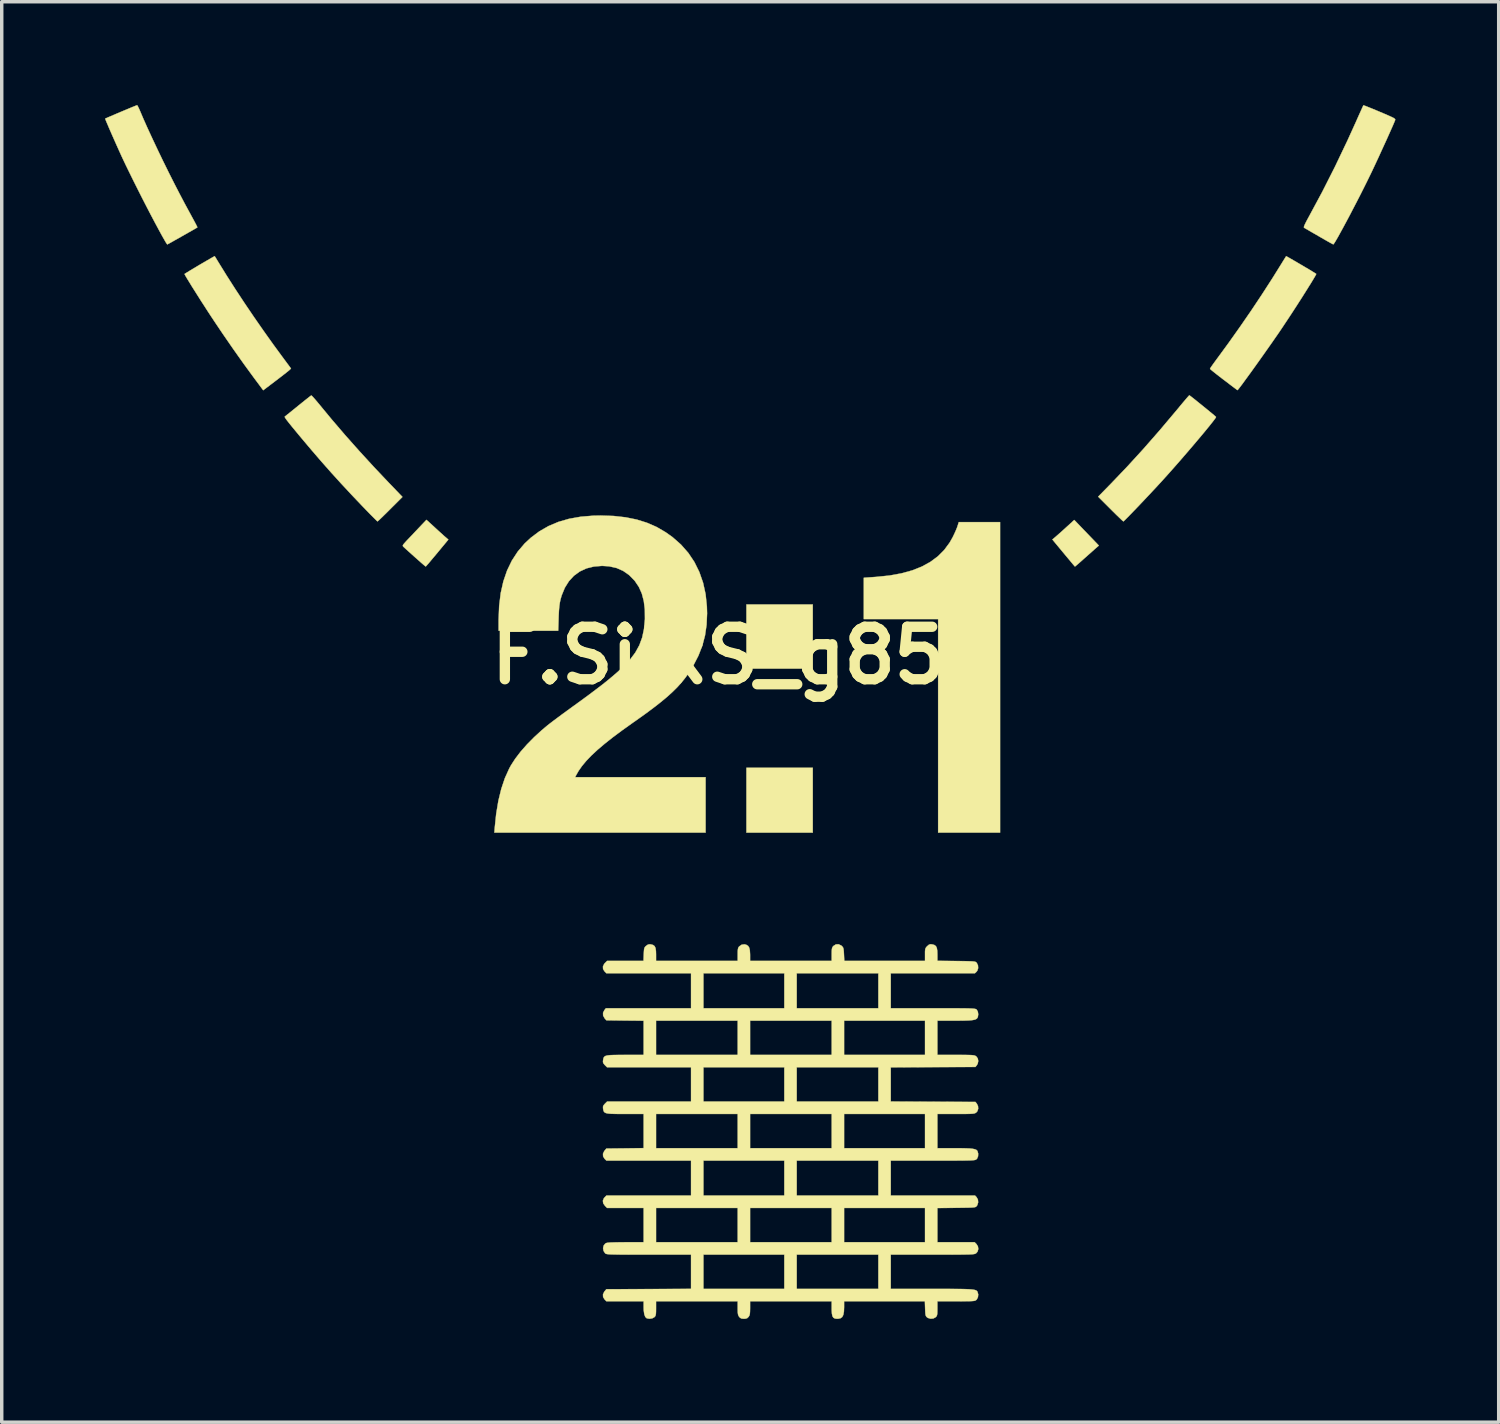
<source format=kicad_pcb>
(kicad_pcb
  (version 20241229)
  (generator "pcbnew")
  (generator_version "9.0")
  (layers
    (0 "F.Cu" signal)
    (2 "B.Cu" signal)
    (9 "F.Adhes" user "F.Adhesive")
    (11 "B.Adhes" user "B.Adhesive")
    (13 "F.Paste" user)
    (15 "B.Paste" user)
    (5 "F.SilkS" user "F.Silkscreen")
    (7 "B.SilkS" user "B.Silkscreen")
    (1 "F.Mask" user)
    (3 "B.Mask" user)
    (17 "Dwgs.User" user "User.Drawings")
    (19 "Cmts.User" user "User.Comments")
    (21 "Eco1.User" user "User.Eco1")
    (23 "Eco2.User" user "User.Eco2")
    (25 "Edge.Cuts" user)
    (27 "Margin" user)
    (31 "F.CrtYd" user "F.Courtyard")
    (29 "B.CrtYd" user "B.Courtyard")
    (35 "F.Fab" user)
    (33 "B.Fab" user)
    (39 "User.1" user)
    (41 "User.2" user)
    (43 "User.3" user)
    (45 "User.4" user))
  (footprint "F.SilkS_g852"
    (layer "F.Cu")
    (at 18.542 15.986)
    (property "Reference" "F.SilkS_g852" (at 0 0 0) (layer "F.SilkS") (effects (font (size 1.524 1.524) (thickness 0.3))))
    (attr through_hole)
    (fp_poly (pts (xy 2.011 0.381) (xy 0.085 0.381) (xy 0.085 -1.482) (xy 2.011 -1.482) (xy 2.011 0.381)) (stroke (width 0.01) (type solid)) (fill yes) (layer "F.SilkS"))
    (fp_poly (pts (xy 2.011 5.144) (xy 0.085 5.144) (xy 0.085 3.26) (xy 2.011 3.26) (xy 2.011 5.144)) (stroke (width 0.01) (type solid)) (fill yes) (layer "F.SilkS"))
    (fp_poly (pts (xy 7.451 5.144) (xy 5.652 5.144) (xy 5.652 -1.058) (xy 3.493 -1.058) (xy 3.493 -2.257) (xy 3.858 -2.283) (xy 4.239 -2.322) (xy 4.585 -2.385) (xy 4.898 -2.471) (xy 5.178 -2.582) (xy 5.426 -2.718) (xy 5.642 -2.878) (xy 5.829 -3.065) (xy 5.986 -3.278) (xy 6.073 -3.431) (xy 6.121 -3.53) (xy 6.166 -3.63) (xy 6.201 -3.716) (xy 6.214 -3.754) (xy 6.252 -3.873) (xy 7.451 -3.873) (xy 7.451 5.144)) (stroke (width 0.01) (type solid)) (fill yes) (layer "F.SilkS"))
    (fp_poly (pts (xy 9.783 -3.751) (xy 9.876 -3.654) (xy 9.983 -3.543) (xy 10.087 -3.435) (xy 10.14 -3.38) (xy 10.319 -3.193) (xy 10.23 -3.115) (xy 10.183 -3.074) (xy 10.113 -3.011) (xy 10.027 -2.935) (xy 9.933 -2.851) (xy 9.886 -2.81) (xy 9.8 -2.733) (xy 9.726 -2.668) (xy 9.668 -2.618) (xy 9.633 -2.589) (xy 9.625 -2.583) (xy 9.611 -2.599) (xy 9.573 -2.643) (xy 9.516 -2.711) (xy 9.444 -2.798) (xy 9.359 -2.899) (xy 9.295 -2.976) (xy 8.97 -3.368) (xy 9.062 -3.446) (xy 9.112 -3.49) (xy 9.185 -3.554) (xy 9.271 -3.631) (xy 9.361 -3.713) (xy 9.38 -3.73) (xy 9.605 -3.936) (xy 9.783 -3.751)) (stroke (width 0.01) (type solid)) (fill yes) (layer "F.SilkS"))
    (fp_poly (pts (xy -8.969 -3.722) (xy -8.879 -3.639) (xy -8.793 -3.561) (xy -8.719 -3.494) (xy -8.665 -3.446) (xy -8.651 -3.435) (xy -8.572 -3.366) (xy -8.895 -2.976) (xy -8.986 -2.867) (xy -9.068 -2.77) (xy -9.136 -2.688) (xy -9.189 -2.628) (xy -9.221 -2.592) (xy -9.229 -2.585) (xy -9.247 -2.598) (xy -9.292 -2.635) (xy -9.358 -2.692) (xy -9.44 -2.765) (xy -9.535 -2.849) (xy -9.546 -2.859) (xy -9.643 -2.946) (xy -9.731 -3.025) (xy -9.804 -3.091) (xy -9.856 -3.139) (xy -9.883 -3.164) (xy -9.884 -3.165) (xy -9.894 -3.183) (xy -9.89 -3.206) (xy -9.865 -3.242) (xy -9.816 -3.297) (xy -9.778 -3.339) (xy -9.711 -3.409) (xy -9.625 -3.499) (xy -9.531 -3.599) (xy -9.439 -3.696) (xy -9.425 -3.711) (xy -9.208 -3.94) (xy -8.969 -3.722)) (stroke (width 0.01) (type solid)) (fill yes) (layer "F.SilkS"))
    (fp_poly (pts (xy -15.344 -11.576) (xy -15.314 -11.527) (xy -15.272 -11.458) (xy -15.23 -11.39) (xy -15.007 -11.029) (xy -14.761 -10.644) (xy -14.497 -10.243) (xy -14.22 -9.834) (xy -13.935 -9.424) (xy -13.648 -9.021) (xy -13.414 -8.702) (xy -13.141 -8.334) (xy -13.19 -8.287) (xy -13.222 -8.26) (xy -13.281 -8.213) (xy -13.363 -8.149) (xy -13.46 -8.074) (xy -13.568 -7.991) (xy -13.594 -7.972) (xy -13.948 -7.703) (xy -14.222 -8.071) (xy -14.514 -8.471) (xy -14.818 -8.9) (xy -15.125 -9.345) (xy -15.367 -9.705) (xy -15.459 -9.844) (xy -15.556 -9.992) (xy -15.655 -10.146) (xy -15.755 -10.3) (xy -15.851 -10.452) (xy -15.942 -10.596) (xy -16.026 -10.729) (xy -16.098 -10.847) (xy -16.158 -10.945) (xy -16.202 -11.019) (xy -16.227 -11.065) (xy -16.232 -11.08) (xy -16.209 -11.095) (xy -16.156 -11.128) (xy -16.081 -11.174) (xy -15.988 -11.23) (xy -15.884 -11.292) (xy -15.775 -11.357) (xy -15.667 -11.42) (xy -15.566 -11.479) (xy -15.479 -11.529) (xy -15.411 -11.568) (xy -15.369 -11.591) (xy -15.357 -11.596) (xy -15.344 -11.576)) (stroke (width 0.01) (type solid)) (fill yes) (layer "F.SilkS"))
    (fp_poly (pts (xy -12.534 -7.539) (xy -12.495 -7.498) (xy -12.44 -7.436) (xy -12.375 -7.359) (xy -12.359 -7.34) (xy -11.964 -6.862) (xy -11.567 -6.398) (xy -11.16 -5.94) (xy -10.735 -5.476) (xy -10.284 -4.999) (xy -10.281 -4.997) (xy -9.905 -4.605) (xy -10.26 -4.25) (xy -10.36 -4.15) (xy -10.451 -4.061) (xy -10.527 -3.987) (xy -10.585 -3.932) (xy -10.62 -3.901) (xy -10.629 -3.895) (xy -10.647 -3.909) (xy -10.69 -3.951) (xy -10.754 -4.015) (xy -10.837 -4.098) (xy -10.933 -4.197) (xy -11.039 -4.307) (xy -11.055 -4.323) (xy -11.381 -4.666) (xy -11.684 -4.992) (xy -11.972 -5.309) (xy -12.254 -5.628) (xy -12.539 -5.959) (xy -12.762 -6.223) (xy -12.906 -6.395) (xy -13.024 -6.538) (xy -13.12 -6.654) (xy -13.194 -6.746) (xy -13.249 -6.816) (xy -13.288 -6.868) (xy -13.311 -6.903) (xy -13.322 -6.926) (xy -13.322 -6.937) (xy -13.32 -6.94) (xy -13.298 -6.956) (xy -13.249 -6.996) (xy -13.176 -7.054) (xy -13.086 -7.127) (xy -12.983 -7.21) (xy -12.935 -7.25) (xy -12.828 -7.336) (xy -12.732 -7.413) (xy -12.652 -7.476) (xy -12.593 -7.523) (xy -12.559 -7.548) (xy -12.553 -7.552) (xy -12.534 -7.539)) (stroke (width 0.01) (type solid)) (fill yes) (layer "F.SilkS"))
    (fp_poly (pts (xy 12.965 -7.544) (xy 13.011 -7.509) (xy 13.079 -7.456) (xy 13.162 -7.389) (xy 13.255 -7.314) (xy 13.353 -7.235) (xy 13.45 -7.156) (xy 13.54 -7.082) (xy 13.618 -7.018) (xy 13.678 -6.967) (xy 13.714 -6.935) (xy 13.723 -6.927) (xy 13.713 -6.905) (xy 13.677 -6.855) (xy 13.619 -6.779) (xy 13.541 -6.681) (xy 13.446 -6.564) (xy 13.336 -6.431) (xy 13.214 -6.286) (xy 13.082 -6.13) (xy 12.944 -5.968) (xy 12.802 -5.803) (xy 12.659 -5.638) (xy 12.517 -5.476) (xy 12.379 -5.32) (xy 12.247 -5.173) (xy 12.228 -5.152) (xy 12.131 -5.045) (xy 12.022 -4.927) (xy 11.904 -4.8) (xy 11.782 -4.669) (xy 11.658 -4.538) (xy 11.536 -4.409) (xy 11.42 -4.287) (xy 11.312 -4.175) (xy 11.217 -4.077) (xy 11.138 -3.996) (xy 11.079 -3.937) (xy 11.042 -3.902) (xy 11.032 -3.895) (xy 11.013 -3.909) (xy 10.969 -3.949) (xy 10.904 -4.012) (xy 10.822 -4.091) (xy 10.727 -4.185) (xy 10.658 -4.254) (xy 10.3 -4.612) (xy 10.669 -4.989) (xy 11.132 -5.473) (xy 11.605 -5.99) (xy 12.09 -6.544) (xy 12.588 -7.135) (xy 12.591 -7.138) (xy 12.684 -7.252) (xy 12.769 -7.353) (xy 12.842 -7.439) (xy 12.898 -7.504) (xy 12.934 -7.544) (xy 12.947 -7.556) (xy 12.965 -7.544)) (stroke (width 0.01) (type solid)) (fill yes) (layer "F.SilkS"))
    (fp_poly (pts (xy 15.777 -11.587) (xy 15.826 -11.56) (xy 15.899 -11.518) (xy 15.989 -11.466) (xy 16.092 -11.406) (xy 16.201 -11.342) (xy 16.309 -11.278) (xy 16.411 -11.218) (xy 16.5 -11.164) (xy 16.571 -11.121) (xy 16.617 -11.092) (xy 16.632 -11.082) (xy 16.625 -11.061) (xy 16.596 -11.009) (xy 16.549 -10.93) (xy 16.487 -10.827) (xy 16.41 -10.704) (xy 16.323 -10.565) (xy 16.228 -10.414) (xy 16.126 -10.255) (xy 16.021 -10.092) (xy 15.915 -9.929) (xy 15.81 -9.77) (xy 15.709 -9.618) (xy 15.626 -9.493) (xy 15.535 -9.359) (xy 15.433 -9.212) (xy 15.324 -9.055) (xy 15.209 -8.892) (xy 15.092 -8.726) (xy 14.975 -8.561) (xy 14.86 -8.4) (xy 14.751 -8.248) (xy 14.649 -8.108) (xy 14.558 -7.983) (xy 14.48 -7.876) (xy 14.417 -7.793) (xy 14.372 -7.735) (xy 14.347 -7.708) (xy 14.344 -7.706) (xy 14.327 -7.718) (xy 14.281 -7.753) (xy 14.21 -7.806) (xy 14.12 -7.874) (xy 14.016 -7.954) (xy 13.945 -8.007) (xy 13.833 -8.093) (xy 13.733 -8.171) (xy 13.65 -8.237) (xy 13.589 -8.287) (xy 13.554 -8.318) (xy 13.548 -8.326) (xy 13.559 -8.348) (xy 13.592 -8.398) (xy 13.643 -8.47) (xy 13.706 -8.557) (xy 13.754 -8.622) (xy 14.082 -9.07) (xy 14.414 -9.538) (xy 14.743 -10.015) (xy 15.06 -10.491) (xy 15.36 -10.956) (xy 15.563 -11.282) (xy 15.626 -11.383) (xy 15.68 -11.471) (xy 15.723 -11.54) (xy 15.75 -11.583) (xy 15.759 -11.596) (xy 15.777 -11.587)) (stroke (width 0.01) (type solid)) (fill yes) (layer "F.SilkS"))
    (fp_poly (pts (xy -17.596 -15.963) (xy -17.571 -15.914) (xy -17.539 -15.845) (xy -17.527 -15.817) (xy -17.422 -15.571) (xy -17.299 -15.296) (xy -17.161 -14.998) (xy -17.013 -14.684) (xy -16.858 -14.362) (xy -16.699 -14.039) (xy -16.539 -13.722) (xy -16.382 -13.417) (xy -16.232 -13.132) (xy -16.108 -12.903) (xy -16.039 -12.776) (xy -15.977 -12.662) (xy -15.925 -12.566) (xy -15.887 -12.492) (xy -15.865 -12.446) (xy -15.86 -12.433) (xy -15.88 -12.42) (xy -15.93 -12.391) (xy -16.005 -12.348) (xy -16.098 -12.295) (xy -16.202 -12.236) (xy -16.311 -12.174) (xy -16.42 -12.112) (xy -16.522 -12.055) (xy -16.61 -12.005) (xy -16.679 -11.967) (xy -16.722 -11.944) (xy -16.734 -11.938) (xy -16.748 -11.955) (xy -16.775 -11.997) (xy -16.794 -12.028) (xy -16.878 -12.175) (xy -16.976 -12.355) (xy -17.087 -12.561) (xy -17.207 -12.788) (xy -17.332 -13.028) (xy -17.46 -13.277) (xy -17.587 -13.529) (xy -17.711 -13.776) (xy -17.828 -14.014) (xy -17.936 -14.235) (xy -18.031 -14.435) (xy -18.075 -14.531) (xy -18.139 -14.672) (xy -18.205 -14.819) (xy -18.271 -14.967) (xy -18.334 -15.11) (xy -18.393 -15.244) (xy -18.444 -15.363) (xy -18.486 -15.462) (xy -18.517 -15.536) (xy -18.534 -15.58) (xy -18.537 -15.591) (xy -18.515 -15.601) (xy -18.462 -15.625) (xy -18.382 -15.659) (xy -18.284 -15.701) (xy -18.173 -15.749) (xy -18.056 -15.798) (xy -17.941 -15.846) (xy -17.833 -15.891) (xy -17.74 -15.93) (xy -17.667 -15.959) (xy -17.622 -15.977) (xy -17.611 -15.981) (xy -17.596 -15.963)) (stroke (width 0.01) (type solid)) (fill yes) (layer "F.SilkS"))
    (fp_poly (pts (xy 18.024 -15.972) (xy 18.078 -15.952) (xy 18.16 -15.919) (xy 18.265 -15.877) (xy 18.387 -15.826) (xy 18.475 -15.789) (xy 18.622 -15.727) (xy 18.733 -15.679) (xy 18.814 -15.642) (xy 18.87 -15.615) (xy 18.904 -15.594) (xy 18.921 -15.577) (xy 18.926 -15.562) (xy 18.923 -15.546) (xy 18.921 -15.542) (xy 18.897 -15.483) (xy 18.858 -15.391) (xy 18.805 -15.272) (xy 18.743 -15.132) (xy 18.673 -14.976) (xy 18.597 -14.81) (xy 18.519 -14.64) (xy 18.442 -14.471) (xy 18.366 -14.308) (xy 18.296 -14.159) (xy 18.247 -14.054) (xy 18.168 -13.892) (xy 18.082 -13.717) (xy 17.99 -13.533) (xy 17.894 -13.343) (xy 17.795 -13.151) (xy 17.696 -12.961) (xy 17.6 -12.776) (xy 17.506 -12.6) (xy 17.419 -12.438) (xy 17.339 -12.292) (xy 17.27 -12.166) (xy 17.211 -12.064) (xy 17.167 -11.99) (xy 17.137 -11.948) (xy 17.127 -11.939) (xy 17.106 -11.95) (xy 17.053 -11.978) (xy 16.974 -12.022) (xy 16.876 -12.078) (xy 16.763 -12.143) (xy 16.711 -12.173) (xy 16.592 -12.242) (xy 16.484 -12.304) (xy 16.393 -12.357) (xy 16.326 -12.396) (xy 16.286 -12.419) (xy 16.28 -12.423) (xy 16.273 -12.437) (xy 16.281 -12.47) (xy 16.304 -12.524) (xy 16.344 -12.604) (xy 16.404 -12.716) (xy 16.421 -12.747) (xy 16.804 -13.459) (xy 17.18 -14.202) (xy 17.543 -14.963) (xy 17.78 -15.485) (xy 17.839 -15.618) (xy 17.892 -15.737) (xy 17.938 -15.838) (xy 17.973 -15.916) (xy 17.996 -15.964) (xy 18.003 -15.978) (xy 18.024 -15.972)) (stroke (width 0.01) (type solid)) (fill yes) (layer "F.SilkS"))
    (fp_poly (pts (xy -3.773 -4.052) (xy -3.425 -4.013) (xy -3.103 -3.948) (xy -2.805 -3.855) (xy -2.525 -3.733) (xy -2.262 -3.58) (xy -2.061 -3.437) (xy -1.816 -3.221) (xy -1.604 -2.98) (xy -1.426 -2.714) (xy -1.283 -2.424) (xy -1.174 -2.112) (xy -1.101 -1.779) (xy -1.064 -1.424) (xy -1.058 -1.225) (xy -1.073 -0.891) (xy -1.118 -0.581) (xy -1.196 -0.285) (xy -1.309 0.004) (xy -1.459 0.295) (xy -1.488 0.345) (xy -1.584 0.498) (xy -1.687 0.643) (xy -1.8 0.784) (xy -1.926 0.924) (xy -2.069 1.065) (xy -2.231 1.211) (xy -2.417 1.365) (xy -2.629 1.53) (xy -2.871 1.709) (xy -3.146 1.905) (xy -3.207 1.947) (xy -3.517 2.168) (xy -3.791 2.372) (xy -4.031 2.562) (xy -4.239 2.738) (xy -4.417 2.904) (xy -4.567 3.061) (xy -4.691 3.21) (xy -4.791 3.353) (xy -4.855 3.466) (xy -4.891 3.535) (xy -1.101 3.535) (xy -1.101 5.144) (xy -7.235 5.144) (xy -7.225 5.011) (xy -7.182 4.597) (xy -7.119 4.219) (xy -7.035 3.875) (xy -6.931 3.564) (xy -6.805 3.285) (xy -6.751 3.186) (xy -6.628 2.996) (xy -6.473 2.793) (xy -6.289 2.584) (xy -6.082 2.374) (xy -5.858 2.168) (xy -5.685 2.023) (xy -5.615 1.969) (xy -5.517 1.894) (xy -5.399 1.806) (xy -5.266 1.707) (xy -5.126 1.605) (xy -4.985 1.503) (xy -4.983 1.501) (xy -4.719 1.31) (xy -4.486 1.139) (xy -4.282 0.985) (xy -4.101 0.847) (xy -3.942 0.72) (xy -3.799 0.601) (xy -3.669 0.489) (xy -3.549 0.379) (xy -3.485 0.318) (xy -3.293 0.116) (xy -3.141 -0.087) (xy -3.025 -0.298) (xy -2.942 -0.524) (xy -2.89 -0.77) (xy -2.864 -1.044) (xy -2.863 -1.069) (xy -2.866 -1.341) (xy -2.896 -1.583) (xy -2.953 -1.799) (xy -3.039 -1.991) (xy -3.155 -2.164) (xy -3.167 -2.178) (xy -3.322 -2.336) (xy -3.495 -2.457) (xy -3.688 -2.542) (xy -3.903 -2.59) (xy -4.106 -2.603) (xy -4.344 -2.584) (xy -4.561 -2.53) (xy -4.755 -2.44) (xy -4.925 -2.316) (xy -5.07 -2.158) (xy -5.189 -1.968) (xy -5.28 -1.747) (xy -5.314 -1.63) (xy -5.334 -1.536) (xy -5.349 -1.431) (xy -5.36 -1.307) (xy -5.368 -1.153) (xy -5.37 -1.085) (xy -5.382 -0.72) (xy -7.112 -0.72) (xy -7.112 -1.042) (xy -7.096 -1.441) (xy -7.051 -1.811) (xy -6.974 -2.153) (xy -6.866 -2.468) (xy -6.727 -2.756) (xy -6.556 -3.018) (xy -6.353 -3.256) (xy -6.175 -3.421) (xy -5.929 -3.606) (xy -5.662 -3.759) (xy -5.375 -3.88) (xy -5.064 -3.97) (xy -4.727 -4.03) (xy -4.362 -4.06) (xy -4.152 -4.064) (xy -3.773 -4.052)) (stroke (width 0.01) (type solid)) (fill yes) (layer "F.SilkS"))
    (fp_poly (pts (xy 5.478 8.389) (xy 5.543 8.407) (xy 5.587 8.44) (xy 5.614 8.494) (xy 5.627 8.578) (xy 5.63 8.68) (xy 5.63 8.867) (xy 6.183 8.873) (xy 6.35 8.875) (xy 6.479 8.877) (xy 6.577 8.88) (xy 6.648 8.883) (xy 6.697 8.888) (xy 6.729 8.895) (xy 6.75 8.904) (xy 6.764 8.917) (xy 6.775 8.929) (xy 6.809 9) (xy 6.814 9.08) (xy 6.79 9.153) (xy 6.767 9.183) (xy 6.718 9.229) (xy 4.276 9.229) (xy 4.276 10.245) (xy 5.503 10.245) (xy 5.762 10.245) (xy 5.982 10.245) (xy 6.166 10.245) (xy 6.318 10.246) (xy 6.44 10.247) (xy 6.537 10.249) (xy 6.612 10.252) (xy 6.667 10.255) (xy 6.707 10.26) (xy 6.734 10.265) (xy 6.752 10.271) (xy 6.765 10.279) (xy 6.773 10.287) (xy 6.805 10.343) (xy 6.816 10.419) (xy 6.806 10.493) (xy 6.795 10.519) (xy 6.776 10.544) (xy 6.746 10.564) (xy 6.701 10.579) (xy 6.636 10.59) (xy 6.545 10.598) (xy 6.425 10.602) (xy 6.271 10.604) (xy 6.135 10.604) (xy 5.63 10.604) (xy 5.63 11.599) (xy 6.167 11.599) (xy 6.332 11.599) (xy 6.461 11.6) (xy 6.557 11.602) (xy 6.628 11.605) (xy 6.677 11.61) (xy 6.711 11.617) (xy 6.735 11.627) (xy 6.755 11.639) (xy 6.76 11.643) (xy 6.803 11.702) (xy 6.817 11.777) (xy 6.801 11.854) (xy 6.775 11.899) (xy 6.735 11.949) (xy 5.505 11.954) (xy 4.276 11.96) (xy 4.276 12.953) (xy 5.505 12.959) (xy 6.735 12.965) (xy 6.775 13.015) (xy 6.81 13.086) (xy 6.815 13.164) (xy 6.791 13.235) (xy 6.76 13.27) (xy 6.741 13.283) (xy 6.719 13.294) (xy 6.688 13.302) (xy 6.643 13.307) (xy 6.579 13.311) (xy 6.49 13.313) (xy 6.37 13.314) (xy 6.216 13.314) (xy 6.167 13.314) (xy 5.63 13.314) (xy 5.63 14.309) (xy 6.135 14.309) (xy 6.317 14.309) (xy 6.461 14.312) (xy 6.573 14.317) (xy 6.656 14.326) (xy 6.715 14.338) (xy 6.756 14.354) (xy 6.782 14.375) (xy 6.795 14.394) (xy 6.815 14.466) (xy 6.811 14.544) (xy 6.783 14.61) (xy 6.769 14.625) (xy 6.759 14.634) (xy 6.745 14.642) (xy 6.726 14.649) (xy 6.698 14.654) (xy 6.657 14.658) (xy 6.601 14.662) (xy 6.525 14.664) (xy 6.427 14.666) (xy 6.303 14.667) (xy 6.149 14.668) (xy 5.963 14.668) (xy 5.741 14.668) (xy 5.499 14.668) (xy 4.276 14.668) (xy 4.276 15.684) (xy 6.724 15.684) (xy 6.77 15.733) (xy 6.807 15.801) (xy 6.814 15.882) (xy 6.791 15.959) (xy 6.775 15.984) (xy 6.762 15.999) (xy 6.747 16.011) (xy 6.725 16.02) (xy 6.69 16.026) (xy 6.638 16.031) (xy 6.563 16.034) (xy 6.46 16.036) (xy 6.324 16.038) (xy 6.183 16.04) (xy 5.63 16.046) (xy 5.63 17.039) (xy 6.712 17.039) (xy 6.764 17.091) (xy 6.807 17.159) (xy 6.818 17.236) (xy 6.798 17.309) (xy 6.76 17.355) (xy 6.747 17.364) (xy 6.732 17.372) (xy 6.712 17.379) (xy 6.683 17.384) (xy 6.642 17.389) (xy 6.585 17.392) (xy 6.509 17.395) (xy 6.411 17.396) (xy 6.287 17.398) (xy 6.135 17.398) (xy 5.949 17.399) (xy 5.728 17.399) (xy 5.49 17.399) (xy 4.276 17.399) (xy 4.276 18.394) (xy 5.458 18.394) (xy 5.724 18.394) (xy 5.952 18.394) (xy 6.143 18.396) (xy 6.302 18.397) (xy 6.432 18.4) (xy 6.535 18.404) (xy 6.616 18.41) (xy 6.676 18.417) (xy 6.721 18.426) (xy 6.752 18.437) (xy 6.773 18.45) (xy 6.787 18.466) (xy 6.795 18.479) (xy 6.816 18.554) (xy 6.808 18.634) (xy 6.775 18.699) (xy 6.767 18.708) (xy 6.75 18.722) (xy 6.731 18.733) (xy 6.704 18.741) (xy 6.664 18.746) (xy 6.606 18.75) (xy 6.523 18.752) (xy 6.412 18.753) (xy 6.267 18.754) (xy 6.174 18.754) (xy 5.63 18.754) (xy 5.63 18.962) (xy 5.629 19.059) (xy 5.626 19.123) (xy 5.617 19.165) (xy 5.602 19.194) (xy 5.581 19.216) (xy 5.514 19.253) (xy 5.433 19.26) (xy 5.355 19.237) (xy 5.331 19.221) (xy 5.308 19.199) (xy 5.293 19.171) (xy 5.283 19.128) (xy 5.278 19.06) (xy 5.274 18.967) (xy 5.267 18.754) (xy 2.921 18.754) (xy 2.921 18.92) (xy 2.916 19.051) (xy 2.899 19.146) (xy 2.867 19.21) (xy 2.818 19.246) (xy 2.748 19.261) (xy 2.721 19.262) (xy 2.657 19.255) (xy 2.612 19.232) (xy 2.583 19.187) (xy 2.567 19.112) (xy 2.561 19.004) (xy 2.561 18.965) (xy 2.561 18.754) (xy 0.191 18.754) (xy 0.191 18.952) (xy 0.189 19.05) (xy 0.184 19.116) (xy 0.173 19.162) (xy 0.154 19.196) (xy 0.147 19.206) (xy 0.107 19.244) (xy 0.057 19.259) (xy 0.011 19.262) (xy -0.056 19.256) (xy -0.1 19.233) (xy -0.125 19.206) (xy -0.147 19.173) (xy -0.16 19.132) (xy -0.167 19.073) (xy -0.169 18.985) (xy -0.169 18.952) (xy -0.169 18.754) (xy -2.54 18.754) (xy -2.54 18.962) (xy -2.541 19.059) (xy -2.545 19.123) (xy -2.553 19.165) (xy -2.568 19.194) (xy -2.589 19.216) (xy -2.65 19.249) (xy -2.73 19.261) (xy -2.806 19.249) (xy -2.81 19.247) (xy -2.853 19.208) (xy -2.882 19.129) (xy -2.898 19.014) (xy -2.9 18.935) (xy -2.9 18.754) (xy -3.981 18.754) (xy -4.033 18.702) (xy -4.077 18.632) (xy -4.081 18.555) (xy -4.045 18.478) (xy -4.034 18.464) (xy -3.983 18.404) (xy -2.754 18.399) (xy -1.524 18.393) (xy -1.524 17.399) (xy -1.164 17.399) (xy -1.164 18.394) (xy 1.185 18.394) (xy 1.185 17.399) (xy 1.545 17.399) (xy 1.545 18.394) (xy 3.916 18.394) (xy 3.916 17.399) (xy 1.545 17.399) (xy 1.185 17.399) (xy -1.164 17.399) (xy -1.524 17.399) (xy -2.752 17.399) (xy -3.011 17.399) (xy -3.23 17.399) (xy -3.414 17.398) (xy -3.566 17.398) (xy -3.689 17.396) (xy -3.786 17.394) (xy -3.86 17.392) (xy -3.916 17.388) (xy -3.956 17.384) (xy -3.983 17.379) (xy -4.001 17.372) (xy -4.013 17.365) (xy -4.021 17.357) (xy -4.065 17.289) (xy -4.078 17.212) (xy -4.062 17.138) (xy -4.017 17.081) (xy -3.987 17.063) (xy -3.945 17.054) (xy -3.861 17.047) (xy -3.737 17.043) (xy -3.573 17.04) (xy -3.417 17.039) (xy -2.9 17.039) (xy -2.9 16.044) (xy -2.54 16.044) (xy -2.54 17.039) (xy -0.169 17.039) (xy -0.169 16.044) (xy 0.191 16.044) (xy 0.191 17.039) (xy 2.561 17.039) (xy 2.561 16.044) (xy 2.921 16.044) (xy 2.921 17.039) (xy 5.271 17.039) (xy 5.271 16.044) (xy 2.921 16.044) (xy 2.561 16.044) (xy 0.191 16.044) (xy -0.169 16.044) (xy -2.54 16.044) (xy -2.9 16.044) (xy -3.961 16.044) (xy -4.023 15.982) (xy -4.074 15.909) (xy -4.084 15.833) (xy -4.054 15.76) (xy -4.033 15.736) (xy -3.981 15.684) (xy -1.524 15.684) (xy -1.524 14.668) (xy -1.164 14.668) (xy -1.164 15.684) (xy 1.185 15.684) (xy 1.185 14.668) (xy 1.545 14.668) (xy 1.545 15.684) (xy 3.916 15.684) (xy 3.916 14.668) (xy 1.545 14.668) (xy 1.185 14.668) (xy -1.164 14.668) (xy -1.524 14.668) (xy -3.981 14.668) (xy -4.033 14.617) (xy -4.077 14.547) (xy -4.081 14.47) (xy -4.045 14.393) (xy -4.034 14.379) (xy -3.983 14.319) (xy -3.441 14.313) (xy -2.9 14.306) (xy -2.9 13.314) (xy -2.54 13.314) (xy -2.54 14.309) (xy -0.169 14.309) (xy -0.169 13.314) (xy 0.191 13.314) (xy 0.191 14.309) (xy 2.561 14.309) (xy 2.561 13.314) (xy 2.921 13.314) (xy 2.921 14.309) (xy 5.271 14.309) (xy 5.271 13.314) (xy 2.921 13.314) (xy 2.561 13.314) (xy 0.191 13.314) (xy -0.169 13.314) (xy -2.54 13.314) (xy -2.9 13.314) (xy -3.437 13.314) (xy -3.615 13.314) (xy -3.755 13.312) (xy -3.862 13.308) (xy -3.941 13.3) (xy -3.996 13.288) (xy -4.032 13.27) (xy -4.055 13.245) (xy -4.068 13.211) (xy -4.077 13.169) (xy -4.078 13.161) (xy -4.081 13.106) (xy -4.065 13.063) (xy -4.026 13.018) (xy -3.961 12.954) (xy -1.524 12.954) (xy -1.524 11.959) (xy -1.164 11.959) (xy -1.164 12.954) (xy 1.185 12.954) (xy 1.185 11.959) (xy 1.545 11.959) (xy 1.545 12.954) (xy 3.916 12.954) (xy 3.916 11.959) (xy 1.545 11.959) (xy 1.185 11.959) (xy -1.164 11.959) (xy -1.524 11.959) (xy -3.961 11.959) (xy -4.026 11.895) (xy -4.067 11.847) (xy -4.082 11.805) (xy -4.078 11.752) (xy -4.07 11.708) (xy -4.058 11.673) (xy -4.037 11.647) (xy -4.003 11.628) (xy -3.951 11.615) (xy -3.876 11.606) (xy -3.774 11.602) (xy -3.64 11.6) (xy -3.468 11.599) (xy -3.437 11.599) (xy -2.9 11.599) (xy -2.9 10.607) (xy -3.116 10.604) (xy -2.54 10.604) (xy -2.54 11.599) (xy -0.169 11.599) (xy -0.169 10.604) (xy 0.191 10.604) (xy 0.191 11.599) (xy 2.561 11.599) (xy 2.561 10.604) (xy 2.921 10.604) (xy 2.921 11.599) (xy 5.271 11.599) (xy 5.271 10.604) (xy 2.921 10.604) (xy 2.561 10.604) (xy 0.191 10.604) (xy -0.169 10.604) (xy -2.54 10.604) (xy -3.116 10.604) (xy -3.441 10.601) (xy -3.983 10.594) (xy -4.034 10.535) (xy -4.077 10.457) (xy -4.079 10.376) (xy -4.041 10.3) (xy -3.997 10.245) (xy -1.524 10.245) (xy -1.524 9.229) (xy -1.164 9.229) (xy -1.164 10.245) (xy 1.185 10.245) (xy 1.185 9.229) (xy 1.545 9.229) (xy 1.545 10.245) (xy 3.916 10.245) (xy 3.916 9.229) (xy 1.545 9.229) (xy 1.185 9.229) (xy -1.164 9.229) (xy -1.524 9.229) (xy -3.981 9.229) (xy -4.033 9.177) (xy -4.078 9.107) (xy -4.082 9.032) (xy -4.046 8.956) (xy -4.023 8.931) (xy -3.961 8.869) (xy -2.904 8.869) (xy -2.897 8.676) (xy -2.892 8.584) (xy -2.886 8.524) (xy -2.874 8.485) (xy -2.854 8.456) (xy -2.827 8.431) (xy -2.774 8.395) (xy -2.72 8.386) (xy -2.69 8.39) (xy -2.626 8.407) (xy -2.582 8.44) (xy -2.556 8.495) (xy -2.543 8.58) (xy -2.54 8.681) (xy -2.54 8.869) (xy -0.169 8.869) (xy -0.169 8.682) (xy -0.168 8.588) (xy -0.162 8.526) (xy -0.151 8.485) (xy -0.131 8.455) (xy -0.126 8.45) (xy -0.054 8.399) (xy 0.029 8.388) (xy 0.082 8.402) (xy 0.132 8.433) (xy 0.164 8.482) (xy 0.183 8.556) (xy 0.19 8.662) (xy 0.191 8.7) (xy 0.191 8.869) (xy 2.561 8.869) (xy 2.561 8.677) (xy 2.562 8.584) (xy 2.567 8.523) (xy 2.577 8.483) (xy 2.595 8.453) (xy 2.613 8.434) (xy 2.683 8.39) (xy 2.76 8.386) (xy 2.837 8.422) (xy 2.85 8.432) (xy 2.877 8.459) (xy 2.895 8.489) (xy 2.906 8.532) (xy 2.913 8.6) (xy 2.917 8.675) (xy 2.926 8.869) (xy 5.271 8.869) (xy 5.271 8.687) (xy 5.271 8.598) (xy 5.276 8.54) (xy 5.287 8.501) (xy 5.308 8.469) (xy 5.335 8.441) (xy 5.383 8.4) (xy 5.425 8.385) (xy 5.478 8.389)) (stroke (width 0.01) (type solid)) (fill yes) (layer "F.SilkS")))
  (gr_rect
    (start -3 -3)
    (end 40.473 38.252)
    (stroke (width 0.1) (type default))
    (fill no)
    (layer "Edge.Cuts")))
</source>
